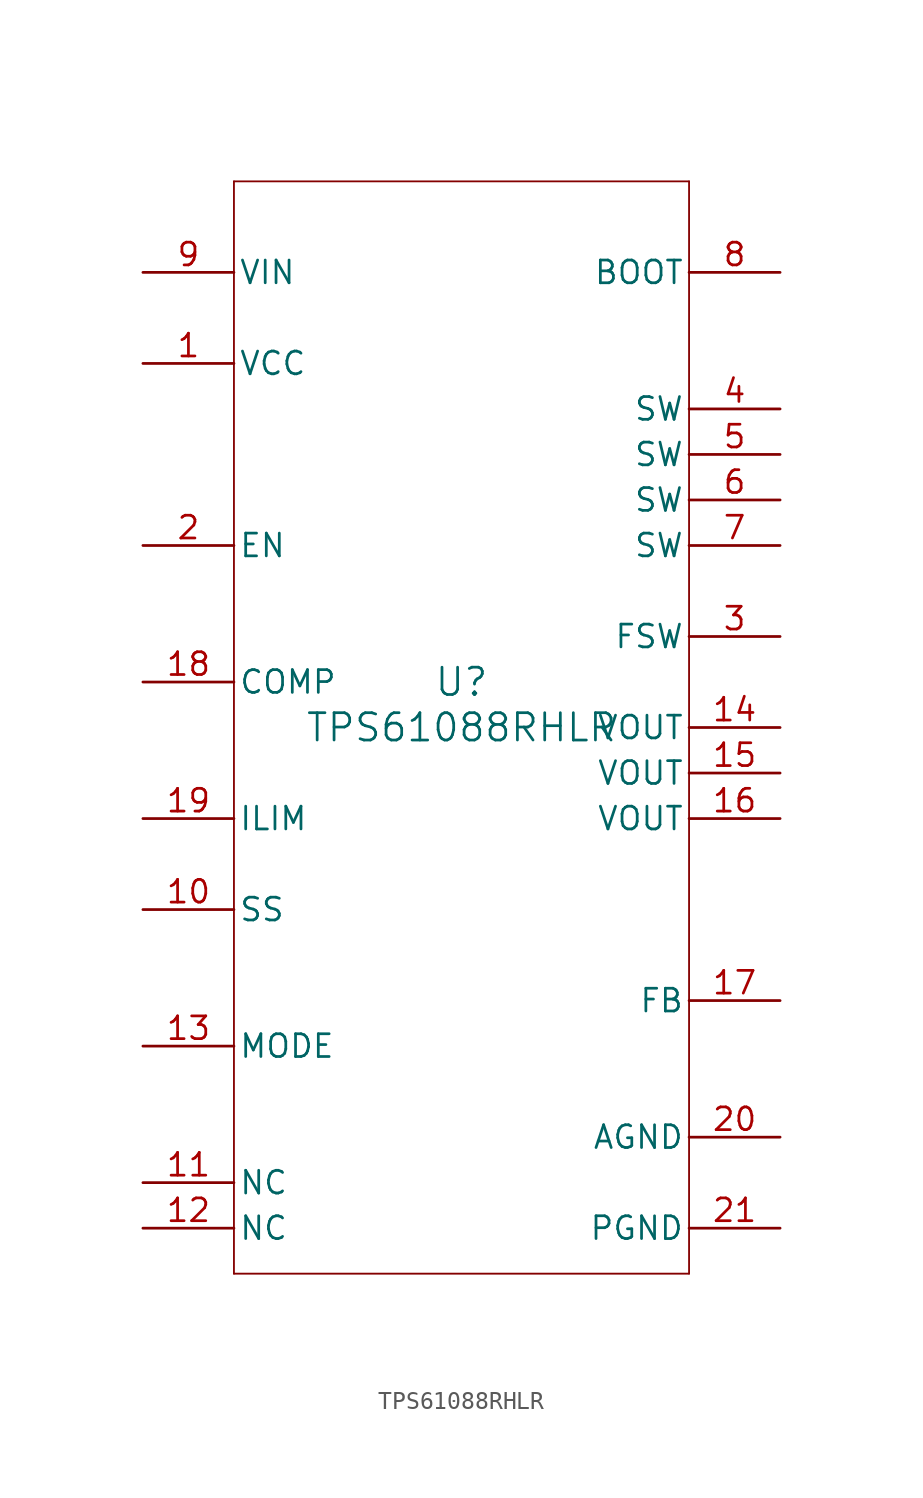
<source format=kicad_sym>
(kicad_symbol_lib
  (version 20211014)
  (generator kicad_symbol_editor)
  (symbol "TPS61088RHLR"
    (pin_names
      (offset 0.254))
    (property "Reference" "U"
      (at 0 2.54 0)
      (effects (font (size 1.524 1.524))))
    (property "Value" "TPS61088RHLR"
      (at 0 0 0)
      (effects (font (size 1.524 1.524))))
    (symbol "TPS61088RHLR_0_1"
      (polyline (pts (xy -12.7 -30.48) (xy 12.7 -30.48)) (stroke (width 0.102) (type default) (color 0 0 0 0)) (fill (type none)))
      (polyline (pts (xy 12.7 -30.48) (xy 12.7 30.48)) (stroke (width 0.102) (type default) (color 0 0 0 0)) (fill (type none)))
      (polyline (pts (xy 12.7 30.48) (xy -12.7 30.48)) (stroke (width 0.102) (type default) (color 0 0 0 0)) (fill (type none)))
      (polyline (pts (xy -12.7 30.48) (xy -12.7 -30.48)) (stroke (width 0.102) (type default) (color 0 0 0 0)) (fill (type none)))
      (pin power_in line (at -17.78 20.32 0) (length 5.08) (name "VCC" (effects (font (size 1.27 1.27)))) (number "1" (effects (font (size 1.27 1.27)))))
      (pin input line (at -17.78 10.16 0) (length 5.08) (name "EN" (effects (font (size 1.27 1.27)))) (number "2" (effects (font (size 1.27 1.27)))))
      (pin input line (at 17.78 5.08 180) (length 5.08) (name "FSW" (effects (font (size 1.27 1.27)))) (number "3" (effects (font (size 1.27 1.27)))))
      (pin power_in line (at 17.78 17.78 180) (length 5.08) (name "SW" (effects (font (size 1.27 1.27)))) (number "4" (effects (font (size 1.27 1.27)))))
      (pin power_in line (at 17.78 15.24 180) (length 5.08) (name "SW" (effects (font (size 1.27 1.27)))) (number "5" (effects (font (size 1.27 1.27)))))
      (pin power_in line (at 17.78 12.7 180) (length 5.08) (name "SW" (effects (font (size 1.27 1.27)))) (number "6" (effects (font (size 1.27 1.27)))))
      (pin power_in line (at 17.78 10.16 180) (length 5.08) (name "SW" (effects (font (size 1.27 1.27)))) (number "7" (effects (font (size 1.27 1.27)))))
      (pin power_in line (at 17.78 25.4 180) (length 5.08) (name "BOOT" (effects (font (size 1.27 1.27)))) (number "8" (effects (font (size 1.27 1.27)))))
      (pin power_in line (at -17.78 25.4 0) (length 5.08) (name "VIN" (effects (font (size 1.27 1.27)))) (number "9" (effects (font (size 1.27 1.27)))))
      (pin input line (at -17.78 -10.16 0) (length 5.08) (name "SS" (effects (font (size 1.27 1.27)))) (number "10" (effects (font (size 1.27 1.27)))))
      (pin unspecified line (at -17.78 -25.4 0) (length 5.08) (name "NC" (effects (font (size 1.27 1.27)))) (number "11" (effects (font (size 1.27 1.27)))))
      (pin unspecified line (at -17.78 -27.94 0) (length 5.08) (name "NC" (effects (font (size 1.27 1.27)))) (number "12" (effects (font (size 1.27 1.27)))))
      (pin input line (at -17.78 -17.78 0) (length 5.08) (name "MODE" (effects (font (size 1.27 1.27)))) (number "13" (effects (font (size 1.27 1.27)))))
      (pin power_in line (at 17.78 0 180) (length 5.08) (name "VOUT" (effects (font (size 1.27 1.27)))) (number "14" (effects (font (size 1.27 1.27)))))
      (pin power_in line (at 17.78 -2.54 180) (length 5.08) (name "VOUT" (effects (font (size 1.27 1.27)))) (number "15" (effects (font (size 1.27 1.27)))))
      (pin power_in line (at 17.78 -5.08 180) (length 5.08) (name "VOUT" (effects (font (size 1.27 1.27)))) (number "16" (effects (font (size 1.27 1.27)))))
      (pin input line (at 17.78 -15.24 180) (length 5.08) (name "FB" (effects (font (size 1.27 1.27)))) (number "17" (effects (font (size 1.27 1.27)))))
      (pin output line (at -17.78 2.54 0) (length 5.08) (name "COMP" (effects (font (size 1.27 1.27)))) (number "18" (effects (font (size 1.27 1.27)))))
      (pin input line (at -17.78 -5.08 0) (length 5.08) (name "ILIM" (effects (font (size 1.27 1.27)))) (number "19" (effects (font (size 1.27 1.27)))))
      (pin power_in line (at 17.78 -22.86 180) (length 5.08) (name "AGND" (effects (font (size 1.27 1.27)))) (number "20" (effects (font (size 1.27 1.27)))))
      (pin power_in line (at 17.78 -27.94 180) (length 5.08) (name "PGND" (effects (font (size 1.27 1.27)))) (number "21" (effects (font (size 1.27 1.27))))))))
</source>
